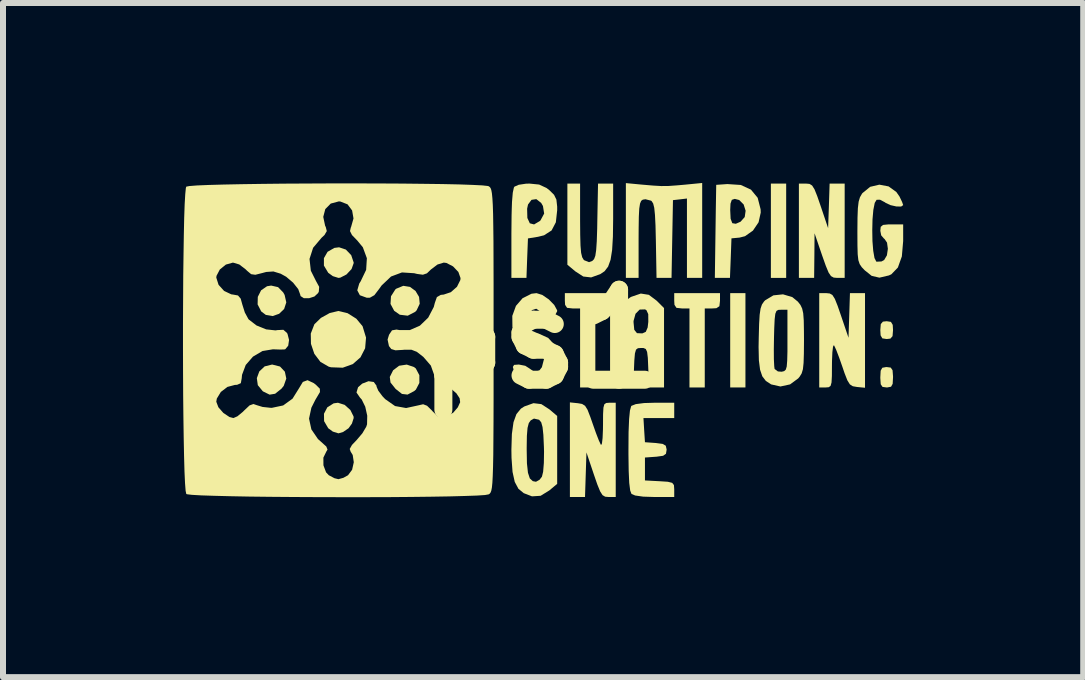
<source format=kicad_pcb>
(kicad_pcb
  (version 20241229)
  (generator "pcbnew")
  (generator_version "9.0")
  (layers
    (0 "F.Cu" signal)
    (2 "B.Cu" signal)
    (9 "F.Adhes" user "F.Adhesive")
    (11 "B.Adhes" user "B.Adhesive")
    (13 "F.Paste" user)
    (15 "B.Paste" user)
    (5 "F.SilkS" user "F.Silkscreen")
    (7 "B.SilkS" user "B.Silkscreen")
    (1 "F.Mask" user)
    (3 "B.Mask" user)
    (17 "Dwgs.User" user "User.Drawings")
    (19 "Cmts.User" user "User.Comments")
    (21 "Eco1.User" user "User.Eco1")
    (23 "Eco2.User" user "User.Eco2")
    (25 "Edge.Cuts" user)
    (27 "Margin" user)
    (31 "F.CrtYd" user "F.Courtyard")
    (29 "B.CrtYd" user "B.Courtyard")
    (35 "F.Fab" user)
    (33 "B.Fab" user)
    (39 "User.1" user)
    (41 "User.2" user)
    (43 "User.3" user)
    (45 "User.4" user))
  (footprint "ps1"
    (layer "F.Cu")
    (at 5.983 2.601)
    (property "Reference" "ps1" (at 0 0 0) (layer "F.SilkS") (effects (font (size 1.5 1.5) (thickness 0.3))))
    (attr board_only exclude_from_pos_files exclude_from_bom)
    (fp_poly (pts (xy 3.392 0.021) (xy 3.392 0.807) (xy 3.265 0.807) (xy 3.138 0.807) (xy 3.138 0.021) (xy 3.138 -0.765) (xy 3.265 -0.765) (xy 3.392 -0.765)) (stroke (width 0) (type solid)) (fill yes) (layer "F.SilkS"))
    (fp_poly (pts (xy 4.071 -1.805) (xy 4.071 -1.019) (xy 3.944 -1.019) (xy 3.816 -1.019) (xy 3.816 -1.805) (xy 3.816 -2.591) (xy 3.944 -2.591) (xy 4.071 -2.591)) (stroke (width 0) (type solid)) (fill yes) (layer "F.SilkS"))
    (fp_poly (pts (xy 5.817 -0.286) (xy 5.847 -0.236) (xy 5.852 -0.149) (xy 5.844 -0.048) (xy 5.808 -0.007) (xy 5.746 0) (xy 5.674 -0.011) (xy 5.645 -0.061) (xy 5.64 -0.149) (xy 5.648 -0.249) (xy 5.683 -0.29) (xy 5.746 -0.297)) (stroke (width 0) (type solid)) (fill yes) (layer "F.SilkS"))
    (fp_poly (pts (xy -4.398 -0.865) (xy -4.312 -0.776) (xy -4.289 -0.735) (xy -4.261 -0.611) (xy -4.297 -0.501) (xy -4.38 -0.421) (xy -4.488 -0.383) (xy -4.602 -0.402) (xy -4.679 -0.46) (xy -4.739 -0.577) (xy -4.736 -0.703) (xy -4.681 -0.812) (xy -4.582 -0.88) (xy -4.513 -0.891)) (stroke (width 0) (type solid)) (fill yes) (layer "F.SilkS"))
    (fp_poly (pts (xy -4.366 0.458) (xy -4.285 0.544) (xy -4.261 0.659) (xy -4.304 0.781) (xy -4.342 0.828) (xy -4.447 0.912) (xy -4.539 0.927) (xy -4.647 0.874) (xy -4.655 0.868) (xy -4.736 0.769) (xy -4.752 0.652) (xy -4.711 0.54) (xy -4.622 0.456) (xy -4.497 0.425)) (stroke (width 0) (type solid)) (fill yes) (layer "F.SilkS"))
    (fp_poly (pts (xy -2.199 -0.869) (xy -2.107 -0.801) (xy -2.048 -0.702) (xy -2.037 -0.588) (xy -2.089 -0.478) (xy -2.113 -0.453) (xy -2.237 -0.389) (xy -2.369 -0.405) (xy -2.463 -0.471) (xy -2.524 -0.585) (xy -2.516 -0.713) (xy -2.444 -0.826) (xy -2.428 -0.839) (xy -2.311 -0.887)) (stroke (width 0) (type solid)) (fill yes) (layer "F.SilkS"))
    (fp_poly (pts (xy -3.289 1.097) (xy -3.193 1.183) (xy -3.14 1.29) (xy -3.138 1.317) (xy -3.167 1.409) (xy -3.223 1.487) (xy -3.315 1.55) (xy -3.392 1.572) (xy -3.485 1.543) (xy -3.562 1.487) (xy -3.631 1.369) (xy -3.633 1.245) (xy -3.577 1.138) (xy -3.472 1.072) (xy -3.4 1.062)) (stroke (width 0) (type solid)) (fill yes) (layer "F.SilkS"))
    (fp_poly (pts (xy -3.268 -1.491) (xy -3.179 -1.398) (xy -3.138 -1.276) (xy -3.138 -1.265) (xy -3.173 -1.167) (xy -3.258 -1.076) (xy -3.361 -1.023) (xy -3.392 -1.019) (xy -3.485 -1.048) (xy -3.562 -1.104) (xy -3.634 -1.224) (xy -3.634 -1.348) (xy -3.573 -1.454) (xy -3.46 -1.519) (xy -3.381 -1.529)) (stroke (width 0) (type solid)) (fill yes) (layer "F.SilkS"))
    (fp_poly (pts (xy -2.132 0.467) (xy -2.102 0.491) (xy -2.043 0.603) (xy -2.043 0.732) (xy -2.101 0.843) (xy -2.13 0.868) (xy -2.24 0.926) (xy -2.333 0.915) (xy -2.437 0.833) (xy -2.44 0.83) (xy -2.524 0.725) (xy -2.536 0.632) (xy -2.481 0.522) (xy -2.478 0.519) (xy -2.38 0.445) (xy -2.253 0.426)) (stroke (width 0) (type solid)) (fill yes) (layer "F.SilkS"))
    (fp_poly (pts (xy 5.814 0.476) (xy 5.844 0.52) (xy 5.852 0.622) (xy 5.852 0.637) (xy 5.846 0.747) (xy 5.819 0.795) (xy 5.755 0.807) (xy 5.746 0.807) (xy 5.677 0.798) (xy 5.647 0.754) (xy 5.64 0.652) (xy 5.64 0.637) (xy 5.646 0.528) (xy 5.673 0.479) (xy 5.737 0.467) (xy 5.746 0.467)) (stroke (width 0) (type solid)) (fill yes) (layer "F.SilkS"))
    (fp_poly (pts (xy 1.145 -0.637) (xy 1.134 -0.547) (xy 1.085 -0.514) (xy 1.018 -0.51) (xy 0.89 -0.51) (xy 0.89 0.149) (xy 0.89 0.807) (xy 0.763 0.807) (xy 0.636 0.807) (xy 0.636 0.149) (xy 0.636 -0.51) (xy 0.509 -0.51) (xy 0.419 -0.52) (xy 0.386 -0.57) (xy 0.382 -0.637) (xy 0.382 -0.765) (xy 0.763 -0.765) (xy 1.145 -0.765)) (stroke (width 0) (type solid)) (fill yes) (layer "F.SilkS"))
    (fp_poly (pts (xy 2.968 -0.637) (xy 2.958 -0.547) (xy 2.908 -0.514) (xy 2.841 -0.51) (xy 2.714 -0.51) (xy 2.714 0.149) (xy 2.714 0.807) (xy 2.587 0.807) (xy 2.459 0.807) (xy 2.459 0.149) (xy 2.459 -0.51) (xy 2.332 -0.51) (xy 2.242 -0.52) (xy 2.209 -0.57) (xy 2.205 -0.637) (xy 2.205 -0.765) (xy 2.587 -0.765) (xy 2.968 -0.765)) (stroke (width 0) (type solid)) (fill yes) (layer "F.SilkS"))
    (fp_poly (pts (xy -3.24 -0.431) (xy -3.094 -0.339) (xy -2.99 -0.214) (xy -2.99 -0.214) (xy -2.932 -0.024) (xy -2.947 0.154) (xy -3.025 0.306) (xy -3.153 0.418) (xy -3.32 0.478) (xy -3.515 0.471) (xy -3.553 0.461) (xy -3.692 0.381) (xy -3.794 0.246) (xy -3.85 0.08) (xy -3.853 -0.091) (xy -3.794 -0.244) (xy -3.793 -0.246) (xy -3.684 -0.352) (xy -3.538 -0.433) (xy -3.398 -0.467) (xy -3.392 -0.467)) (stroke (width 0) (type solid)) (fill yes) (layer "F.SilkS"))
    (fp_poly (pts (xy 4.459 -2.586) (xy 4.503 -2.559) (xy 4.543 -2.496) (xy 4.589 -2.381) (xy 4.645 -2.219) (xy 4.77 -1.848) (xy 4.783 -2.219) (xy 4.795 -2.591) (xy 4.921 -2.591) (xy 5.046 -2.591) (xy 5.046 -1.805) (xy 5.046 -1.019) (xy 4.922 -1.019) (xy 4.863 -1.024) (xy 4.818 -1.049) (xy 4.778 -1.108) (xy 4.732 -1.219) (xy 4.671 -1.391) (xy 4.544 -1.763) (xy 4.541 -1.391) (xy 4.537 -1.019) (xy 4.41 -1.019) (xy 4.283 -1.019) (xy 4.283 -1.805) (xy 4.283 -2.591) (xy 4.401 -2.591)) (stroke (width 0) (type solid)) (fill yes) (layer "F.SilkS"))
    (fp_poly (pts (xy 3.314 -2.568) (xy 3.484 -2.49) (xy 3.596 -2.354) (xy 3.645 -2.162) (xy 3.647 -2.108) (xy 3.611 -1.946) (xy 3.517 -1.807) (xy 3.385 -1.714) (xy 3.295 -1.691) (xy 3.159 -1.678) (xy 3.147 -1.349) (xy 3.134 -1.019) (xy 3.008 -1.019) (xy 2.882 -1.019) (xy 2.893 -1.795) (xy 2.898 -2.152) (xy 3.138 -2.152) (xy 3.145 -2.005) (xy 3.173 -1.931) (xy 3.231 -1.921) (xy 3.31 -1.955) (xy 3.38 -2.033) (xy 3.395 -2.138) (xy 3.362 -2.243) (xy 3.288 -2.317) (xy 3.214 -2.336) (xy 3.165 -2.32) (xy 3.143 -2.257) (xy 3.138 -2.152) (xy 2.898 -2.152) (xy 2.905 -2.57) (xy 3.091 -2.583)) (stroke (width 0) (type solid)) (fill yes) (layer "F.SilkS"))
    (fp_poly (pts (xy 0.636 -1.98) (xy 0.638 -1.732) (xy 0.643 -1.555) (xy 0.653 -1.437) (xy 0.671 -1.363) (xy 0.696 -1.321) (xy 0.703 -1.314) (xy 0.785 -1.281) (xy 0.841 -1.303) (xy 0.869 -1.332) (xy 0.89 -1.388) (xy 0.904 -1.483) (xy 0.914 -1.63) (xy 0.921 -1.843) (xy 0.923 -1.969) (xy 0.935 -2.591) (xy 1.061 -2.591) (xy 1.187 -2.591) (xy 1.187 -2.003) (xy 1.183 -1.707) (xy 1.17 -1.484) (xy 1.144 -1.321) (xy 1.103 -1.207) (xy 1.044 -1.13) (xy 0.973 -1.082) (xy 0.82 -1.027) (xy 0.689 -1.042) (xy 0.555 -1.129) (xy 0.424 -1.239) (xy 0.424 -1.915) (xy 0.424 -2.591) (xy 0.53 -2.591) (xy 0.636 -2.591)) (stroke (width 0) (type solid)) (fill yes) (layer "F.SilkS"))
    (fp_poly (pts (xy 0.601 1.07) (xy 0.669 1.082) (xy 0.719 1.113) (xy 0.76 1.179) (xy 0.807 1.3) (xy 0.845 1.409) (xy 0.9 1.565) (xy 0.948 1.689) (xy 0.981 1.76) (xy 0.986 1.767) (xy 1 1.742) (xy 1.011 1.65) (xy 1.017 1.507) (xy 1.018 1.43) (xy 1.019 1.253) (xy 1.025 1.144) (xy 1.04 1.088) (xy 1.071 1.066) (xy 1.121 1.062) (xy 1.124 1.062) (xy 1.23 1.062) (xy 1.23 1.848) (xy 1.23 2.633) (xy 1.111 2.633) (xy 1.054 2.628) (xy 1.01 2.602) (xy 0.97 2.539) (xy 0.923 2.424) (xy 0.867 2.262) (xy 0.742 1.89) (xy 0.73 2.262) (xy 0.718 2.633) (xy 0.592 2.633) (xy 0.466 2.633) (xy 0.466 1.845) (xy 0.466 1.056)) (stroke (width 0) (type solid)) (fill yes) (layer "F.SilkS"))
    (fp_poly (pts (xy 4.798 -0.759) (xy 4.842 -0.733) (xy 4.882 -0.67) (xy 4.928 -0.555) (xy 4.984 -0.393) (xy 5.11 -0.021) (xy 5.122 -0.393) (xy 5.134 -0.765) (xy 5.26 -0.765) (xy 5.385 -0.765) (xy 5.385 0.024) (xy 5.385 0.812) (xy 5.251 0.799) (xy 5.182 0.787) (xy 5.133 0.756) (xy 5.091 0.689) (xy 5.044 0.569) (xy 5.007 0.46) (xy 4.952 0.304) (xy 4.904 0.179) (xy 4.871 0.109) (xy 4.866 0.102) (xy 4.852 0.127) (xy 4.841 0.219) (xy 4.835 0.362) (xy 4.834 0.439) (xy 4.833 0.616) (xy 4.827 0.724) (xy 4.811 0.781) (xy 4.781 0.803) (xy 4.731 0.807) (xy 4.728 0.807) (xy 4.622 0.807) (xy 4.622 0.021) (xy 4.622 -0.765) (xy 4.741 -0.765)) (stroke (width 0) (type solid)) (fill yes) (layer "F.SilkS"))
    (fp_poly (pts (xy 2.671 -1.81) (xy 2.671 -1.019) (xy 2.544 -1.019) (xy 2.417 -1.019) (xy 2.417 -1.681) (xy 2.417 -2.342) (xy 2.3 -2.328) (xy 2.184 -2.315) (xy 2.172 -1.667) (xy 2.16 -1.019) (xy 2.035 -1.019) (xy 1.91 -1.019) (xy 1.899 -1.641) (xy 1.893 -1.891) (xy 1.884 -2.069) (xy 1.872 -2.187) (xy 1.854 -2.259) (xy 1.829 -2.298) (xy 1.819 -2.306) (xy 1.726 -2.33) (xy 1.681 -2.323) (xy 1.654 -2.303) (xy 1.635 -2.257) (xy 1.622 -2.174) (xy 1.615 -2.04) (xy 1.612 -1.843) (xy 1.611 -1.658) (xy 1.611 -1.019) (xy 1.505 -1.019) (xy 1.399 -1.019) (xy 1.399 -1.809) (xy 1.399 -2.599) (xy 1.664 -2.574) (xy 1.851 -2.558) (xy 1.987 -2.55) (xy 2.108 -2.551) (xy 2.247 -2.561) (xy 2.385 -2.573) (xy 2.671 -2.601)) (stroke (width 0) (type solid)) (fill yes) (layer "F.SilkS"))
    (fp_poly (pts (xy -0.047 -2.575) (xy 0.076 -2.518) (xy 0.124 -2.481) (xy 0.202 -2.404) (xy 0.241 -2.324) (xy 0.254 -2.207) (xy 0.254 -2.146) (xy 0.232 -1.946) (xy 0.161 -1.81) (xy 0.035 -1.729) (xy -0.066 -1.704) (xy -0.233 -1.677) (xy -0.246 -1.348) (xy -0.258 -1.019) (xy -0.383 -1.019) (xy -0.509 -1.019) (xy -0.509 -1.754) (xy -0.506 -2.06) (xy -0.503 -2.172) (xy -0.247 -2.172) (xy -0.243 -2.018) (xy -0.202 -1.929) (xy -0.131 -1.91) (xy -0.035 -1.967) (xy -0.024 -1.978) (xy 0.037 -2.091) (xy 0.017 -2.217) (xy -0.013 -2.269) (xy -0.094 -2.332) (xy -0.174 -2.32) (xy -0.232 -2.242) (xy -0.247 -2.172) (xy -0.503 -2.172) (xy -0.499 -2.286) (xy -0.486 -2.439) (xy -0.468 -2.523) (xy -0.458 -2.54) (xy -0.387 -2.571) (xy -0.268 -2.589) (xy -0.207 -2.591)) (stroke (width 0) (type solid)) (fill yes) (layer "F.SilkS"))
    (fp_poly (pts (xy 2.205 1.189) (xy 2.205 1.317) (xy 1.948 1.317) (xy 1.692 1.317) (xy 1.704 1.518) (xy 1.717 1.72) (xy 1.898 1.733) (xy 2.012 1.748) (xy 2.064 1.778) (xy 2.078 1.839) (xy 2.078 1.848) (xy 2.067 1.913) (xy 2.02 1.946) (xy 1.912 1.961) (xy 1.898 1.962) (xy 1.717 1.975) (xy 1.717 2.166) (xy 1.717 2.357) (xy 1.961 2.37) (xy 2.098 2.379) (xy 2.171 2.397) (xy 2.2 2.434) (xy 2.205 2.502) (xy 2.205 2.508) (xy 2.205 2.633) (xy 1.874 2.633) (xy 1.688 2.627) (xy 1.554 2.608) (xy 1.493 2.582) (xy 1.471 2.525) (xy 1.455 2.398) (xy 1.446 2.198) (xy 1.442 1.919) (xy 1.442 1.848) (xy 1.444 1.551) (xy 1.453 1.334) (xy 1.467 1.192) (xy 1.487 1.12) (xy 1.493 1.113) (xy 1.564 1.085) (xy 1.703 1.067) (xy 1.874 1.062) (xy 2.205 1.062)) (stroke (width 0) (type solid)) (fill yes) (layer "F.SilkS"))
    (fp_poly (pts (xy -0.01 1.085) (xy 0.124 1.172) (xy 0.254 1.282) (xy 0.254 1.848) (xy 0.254 2.414) (xy 0.124 2.523) (xy -0.022 2.613) (xy -0.166 2.622) (xy -0.303 2.569) (xy -0.392 2.496) (xy -0.453 2.382) (xy -0.49 2.215) (xy -0.507 1.981) (xy -0.509 1.848) (xy -0.509 1.844) (xy -0.254 1.844) (xy -0.25 2.073) (xy -0.233 2.229) (xy -0.202 2.323) (xy -0.152 2.369) (xy -0.099 2.379) (xy -0.039 2.345) (xy 0.000043 2.294) (xy 0.02 2.212) (xy 0.032 2.066) (xy 0.035 1.879) (xy 0.033 1.799) (xy 0.024 1.598) (xy 0.01 1.467) (xy -0.012 1.388) (xy -0.046 1.347) (xy -0.049 1.345) (xy -0.133 1.326) (xy -0.187 1.356) (xy -0.219 1.401) (xy -0.24 1.481) (xy -0.251 1.613) (xy -0.254 1.812) (xy -0.254 1.844) (xy -0.509 1.844) (xy -0.501 1.582) (xy -0.474 1.387) (xy -0.425 1.251) (xy -0.35 1.16) (xy -0.294 1.124) (xy -0.141 1.069)) (stroke (width 0) (type solid)) (fill yes) (layer "F.SilkS"))
    (fp_poly (pts (xy 1.782 -0.737) (xy 1.911 -0.64) (xy 2.035 -0.516) (xy 2.035 0.145) (xy 2.035 0.807) (xy 1.91 0.807) (xy 1.785 0.807) (xy 1.772 0.478) (xy 1.765 0.313) (xy 1.753 0.215) (xy 1.731 0.166) (xy 1.693 0.15) (xy 1.654 0.149) (xy 1.6 0.153) (xy 1.568 0.177) (xy 1.55 0.24) (xy 1.54 0.357) (xy 1.535 0.478) (xy 1.523 0.807) (xy 1.398 0.807) (xy 1.272 0.807) (xy 1.272 0.193) (xy 1.275 -0.092) (xy 1.285 -0.278) (xy 1.527 -0.278) (xy 1.539 -0.154) (xy 1.584 -0.098) (xy 1.673 -0.094) (xy 1.673 -0.094) (xy 1.731 -0.12) (xy 1.762 -0.192) (xy 1.773 -0.287) (xy 1.772 -0.415) (xy 1.742 -0.48) (xy 1.719 -0.494) (xy 1.629 -0.491) (xy 1.56 -0.421) (xy 1.527 -0.301) (xy 1.527 -0.278) (xy 1.285 -0.278) (xy 1.286 -0.305) (xy 1.308 -0.458) (xy 1.345 -0.566) (xy 1.398 -0.641) (xy 1.473 -0.695) (xy 1.49 -0.704) (xy 1.648 -0.758)) (stroke (width 0) (type solid)) (fill yes) (layer "F.SilkS"))
    (fp_poly (pts (xy 0.006 -0.735) (xy 0.114 -0.661) (xy 0.205 -0.568) (xy 0.253 -0.48) (xy 0.254 -0.463) (xy 0.222 -0.403) (xy 0.144 -0.381) (xy 0.051 -0.399) (xy -0.025 -0.457) (xy -0.095 -0.505) (xy -0.164 -0.483) (xy -0.216 -0.403) (xy -0.233 -0.293) (xy -0.225 -0.198) (xy -0.183 -0.144) (xy -0.086 -0.102) (xy -0.064 -0.095) (xy 0.104 -0.019) (xy 0.204 0.09) (xy 0.249 0.249) (xy 0.254 0.362) (xy 0.248 0.502) (xy 0.221 0.592) (xy 0.159 0.666) (xy 0.124 0.697) (xy -0.022 0.786) (xy -0.166 0.796) (xy -0.303 0.743) (xy -0.399 0.658) (xy -0.46 0.553) (xy -0.485 0.465) (xy -0.464 0.431) (xy -0.385 0.425) (xy -0.278 0.446) (xy -0.212 0.488) (xy -0.126 0.547) (xy -0.043 0.524) (xy -0.001 0.47) (xy 0.034 0.335) (xy 0.001 0.219) (xy -0.092 0.145) (xy -0.186 0.127) (xy -0.299 0.089) (xy -0.403 -0.009) (xy -0.476 -0.145) (xy -0.492 -0.2) (xy -0.494 -0.386) (xy -0.433 -0.553) (xy -0.322 -0.681) (xy -0.174 -0.755) (xy -0.09 -0.765)) (stroke (width 0) (type solid)) (fill yes) (layer "F.SilkS"))
    (fp_poly (pts (xy 4.173 -0.699) (xy 4.266 -0.623) (xy 4.309 -0.568) (xy 4.337 -0.509) (xy 4.355 -0.429) (xy 4.364 -0.31) (xy 4.367 -0.135) (xy 4.368 0.021) (xy 4.366 0.244) (xy 4.361 0.399) (xy 4.35 0.503) (xy 4.329 0.573) (xy 4.296 0.627) (xy 4.272 0.656) (xy 4.136 0.756) (xy 3.975 0.791) (xy 3.82 0.756) (xy 3.817 0.754) (xy 3.732 0.698) (xy 3.673 0.621) (xy 3.636 0.512) (xy 3.616 0.354) (xy 3.612 0.171) (xy 3.865 0.171) (xy 3.866 0.337) (xy 3.872 0.454) (xy 3.878 0.499) (xy 3.933 0.54) (xy 3.996 0.545) (xy 4.037 0.535) (xy 4.064 0.511) (xy 4.08 0.459) (xy 4.088 0.362) (xy 4.092 0.207) (xy 4.092 0.021) (xy 4.092 -0.488) (xy 3.986 -0.488) (xy 3.94 -0.486) (xy 3.909 -0.468) (xy 3.89 -0.421) (xy 3.879 -0.329) (xy 3.872 -0.178) (xy 3.868 -0.024) (xy 3.865 0.171) (xy 3.612 0.171) (xy 3.611 0.135) (xy 3.614 -0.031) (xy 3.62 -0.252) (xy 3.629 -0.405) (xy 3.644 -0.507) (xy 3.667 -0.575) (xy 3.701 -0.625) (xy 3.721 -0.646) (xy 3.858 -0.728) (xy 4.018 -0.745)) (stroke (width 0) (type solid)) (fill yes) (layer "F.SilkS"))
    (fp_poly (pts (xy 5.778 -2.544) (xy 5.907 -2.451) (xy 5.96 -2.375) (xy 6.003 -2.285) (xy 6.021 -2.233) (xy 6.021 -2.232) (xy 5.987 -2.208) (xy 5.906 -2.21) (xy 5.809 -2.232) (xy 5.729 -2.269) (xy 5.719 -2.278) (xy 5.635 -2.322) (xy 5.578 -2.321) (xy 5.547 -2.269) (xy 5.524 -2.153) (xy 5.51 -1.994) (xy 5.506 -1.814) (xy 5.509 -1.632) (xy 5.522 -1.471) (xy 5.543 -1.35) (xy 5.573 -1.291) (xy 5.577 -1.289) (xy 5.66 -1.293) (xy 5.704 -1.317) (xy 5.75 -1.395) (xy 5.766 -1.504) (xy 5.752 -1.607) (xy 5.709 -1.67) (xy 5.703 -1.672) (xy 5.655 -1.728) (xy 5.64 -1.804) (xy 5.647 -1.87) (xy 5.686 -1.902) (xy 5.777 -1.911) (xy 5.831 -1.911) (xy 6.021 -1.911) (xy 6.021 -1.633) (xy 5.999 -1.377) (xy 5.933 -1.192) (xy 5.824 -1.079) (xy 5.783 -1.06) (xy 5.625 -1.023) (xy 5.496 -1.053) (xy 5.382 -1.144) (xy 5.331 -1.197) (xy 5.296 -1.249) (xy 5.274 -1.315) (xy 5.263 -1.412) (xy 5.259 -1.559) (xy 5.258 -1.772) (xy 5.258 -1.796) (xy 5.26 -2.023) (xy 5.266 -2.182) (xy 5.279 -2.29) (xy 5.301 -2.364) (xy 5.334 -2.421) (xy 5.342 -2.432) (xy 5.471 -2.537) (xy 5.624 -2.573)) (stroke (width 0) (type solid)) (fill yes) (layer "F.SilkS"))
    (fp_poly (pts (xy -2.71 -2.593) (xy -2.331 -2.591) (xy -1.976 -2.587) (xy -1.656 -2.583) (xy -1.379 -2.577) (xy -1.155 -2.569) (xy -0.993 -2.561) (xy -0.902 -2.551) (xy -0.888 -2.547) (xy -0.871 -2.535) (xy -0.856 -2.516) (xy -0.844 -2.483) (xy -0.834 -2.43) (xy -0.826 -2.349) (xy -0.819 -2.235) (xy -0.814 -2.081) (xy -0.811 -1.881) (xy -0.808 -1.628) (xy -0.807 -1.315) (xy -0.806 -0.937) (xy -0.806 -0.487) (xy -0.806 0.021) (xy -0.806 0.547) (xy -0.806 0.995) (xy -0.807 1.371) (xy -0.809 1.681) (xy -0.811 1.932) (xy -0.815 2.13) (xy -0.82 2.283) (xy -0.826 2.395) (xy -0.834 2.475) (xy -0.844 2.527) (xy -0.857 2.56) (xy -0.871 2.578) (xy -0.888 2.589) (xy -0.948 2.6) (xy -1.084 2.609) (xy -1.285 2.616) (xy -1.542 2.623) (xy -1.846 2.628) (xy -2.188 2.632) (xy -2.559 2.635) (xy -2.949 2.636) (xy -3.35 2.636) (xy -3.753 2.635) (xy -4.147 2.633) (xy -4.524 2.63) (xy -4.876 2.626) (xy -5.191 2.62) (xy -5.463 2.613) (xy -5.68 2.606) (xy -5.835 2.597) (xy -5.917 2.587) (xy -5.928 2.582) (xy -5.939 2.53) (xy -5.949 2.401) (xy -5.958 2.206) (xy -5.965 1.953) (xy -5.971 1.652) (xy -5.976 1.311) (xy -5.98 0.94) (xy -5.982 0.549) (xy -5.983 0.145) (xy -5.983 -0.262) (xy -5.981 -0.662) (xy -5.979 -1.024) (xy -5.428 -1.024) (xy -5.39 -0.904) (xy -5.298 -0.802) (xy -5.178 -0.745) (xy -5.148 -0.741) (xy -5.066 -0.726) (xy -5.021 -0.673) (xy -4.993 -0.572) (xy -4.952 -0.442) (xy -4.895 -0.337) (xy -4.886 -0.325) (xy -4.757 -0.226) (xy -4.596 -0.161) (xy -4.441 -0.144) (xy -4.409 -0.149) (xy -4.31 -0.154) (xy -4.251 -0.103) (xy -4.241 -0.086) (xy -4.215 0.015) (xy -4.229 0.111) (xy -4.277 0.169) (xy -4.296 0.174) (xy -4.372 0.175) (xy -4.483 0.171) (xy -4.483 0.171) (xy -4.658 0.2) (xy -4.816 0.293) (xy -4.937 0.432) (xy -4.999 0.597) (xy -5.004 0.654) (xy -5.019 0.736) (xy -5.081 0.763) (xy -5.118 0.765) (xy -5.242 0.798) (xy -5.352 0.882) (xy -5.419 0.992) (xy -5.428 1.045) (xy -5.393 1.137) (xy -5.31 1.232) (xy -5.208 1.3) (xy -5.142 1.317) (xy -5.076 1.288) (xy -4.987 1.215) (xy -4.959 1.187) (xy -4.873 1.106) (xy -4.809 1.083) (xy -4.754 1.102) (xy -4.656 1.132) (xy -4.526 1.146) (xy -4.503 1.147) (xy -4.313 1.107) (xy -4.157 0.994) (xy -4.051 0.824) (xy -3.985 0.715) (xy -3.907 0.686) (xy -3.803 0.735) (xy -3.768 0.762) (xy -3.702 0.828) (xy -3.7 0.884) (xy -3.722 0.921) (xy -3.776 1.012) (xy -3.836 1.131) (xy -3.843 1.145) (xy -3.882 1.326) (xy -3.843 1.506) (xy -3.733 1.667) (xy -3.678 1.716) (xy -3.594 1.792) (xy -3.574 1.843) (xy -3.594 1.876) (xy -3.643 1.977) (xy -3.642 2.105) (xy -3.598 2.222) (xy -3.553 2.27) (xy -3.458 2.32) (xy -3.392 2.336) (xy -3.309 2.313) (xy -3.232 2.27) (xy -3.164 2.179) (xy -3.136 2.053) (xy -3.154 1.933) (xy -3.188 1.878) (xy -3.204 1.832) (xy -3.166 1.765) (xy -3.087 1.682) (xy -2.993 1.571) (xy -2.928 1.461) (xy -2.915 1.421) (xy -2.912 1.278) (xy -2.945 1.128) (xy -3.004 1.008) (xy -3.033 0.976) (xy -3.091 0.891) (xy -3.065 0.804) (xy -2.995 0.743) (xy -2.891 0.703) (xy -2.803 0.716) (xy -2.758 0.777) (xy -2.756 0.795) (xy -2.728 0.86) (xy -2.657 0.955) (xy -2.612 1.002) (xy -2.448 1.117) (xy -2.264 1.15) (xy -2.058 1.105) (xy -1.98 1.087) (xy -1.915 1.112) (xy -1.832 1.193) (xy -1.827 1.2) (xy -1.742 1.284) (xy -1.677 1.313) (xy -1.598 1.298) (xy -1.585 1.294) (xy -1.476 1.225) (xy -1.402 1.138) (xy -1.363 1.053) (xy -1.372 0.987) (xy -1.426 0.905) (xy -1.546 0.801) (xy -1.642 0.773) (xy -1.729 0.753) (xy -1.773 0.701) (xy -1.797 0.597) (xy -1.852 0.442) (xy -1.974 0.301) (xy -1.978 0.297) (xy -2.086 0.213) (xy -2.176 0.178) (xy -2.291 0.178) (xy -2.319 0.181) (xy -2.442 0.188) (xy -2.511 0.167) (xy -2.55 0.117) (xy -2.573 0.009) (xy -2.548 -0.072) (xy -2.499 -0.145) (xy -2.424 -0.158) (xy -2.378 -0.15) (xy -2.2 -0.15) (xy -2.034 -0.223) (xy -1.896 -0.356) (xy -1.803 -0.534) (xy -1.785 -0.603) (xy -1.751 -0.699) (xy -1.686 -0.736) (xy -1.637 -0.741) (xy -1.518 -0.781) (xy -1.416 -0.871) (xy -1.36 -0.984) (xy -1.357 -1.016) (xy -1.393 -1.118) (xy -1.482 -1.211) (xy -1.592 -1.268) (xy -1.636 -1.274) (xy -1.741 -1.242) (xy -1.845 -1.163) (xy -1.846 -1.163) (xy -1.917 -1.095) (xy -1.984 -1.072) (xy -2.081 -1.085) (xy -2.13 -1.097) (xy -2.333 -1.11) (xy -2.515 -1.042) (xy -2.672 -0.893) (xy -2.712 -0.837) (xy -2.793 -0.731) (xy -2.867 -0.689) (xy -2.919 -0.688) (xy -3.035 -0.73) (xy -3.078 -0.812) (xy -3.045 -0.925) (xy -3.022 -0.961) (xy -2.93 -1.153) (xy -2.918 -1.347) (xy -2.985 -1.529) (xy -3.076 -1.64) (xy -3.166 -1.733) (xy -3.199 -1.799) (xy -3.186 -1.859) (xy -3.182 -1.865) (xy -3.141 -2.01) (xy -3.164 -2.143) (xy -3.24 -2.245) (xy -3.36 -2.292) (xy -3.385 -2.294) (xy -3.52 -2.258) (xy -3.611 -2.166) (xy -3.645 -2.036) (xy -3.614 -1.889) (xy -3.603 -1.867) (xy -3.586 -1.799) (xy -3.625 -1.733) (xy -3.672 -1.689) (xy -3.814 -1.521) (xy -3.874 -1.335) (xy -3.852 -1.139) (xy -3.766 -0.967) (xy -3.713 -0.87) (xy -3.719 -0.79) (xy -3.731 -0.766) (xy -3.792 -0.709) (xy -3.882 -0.68) (xy -3.969 -0.681) (xy -4.023 -0.716) (xy -4.028 -0.738) (xy -4.062 -0.832) (xy -4.148 -0.94) (xy -4.263 -1.038) (xy -4.355 -1.089) (xy -4.476 -1.126) (xy -4.595 -1.118) (xy -4.666 -1.099) (xy -4.777 -1.071) (xy -4.847 -1.081) (xy -4.915 -1.138) (xy -4.938 -1.161) (xy -5.045 -1.243) (xy -5.15 -1.274) (xy -5.268 -1.241) (xy -5.369 -1.159) (xy -5.424 -1.054) (xy -5.428 -1.024) (xy -5.979 -1.024) (xy -5.979 -1.046) (xy -5.974 -1.406) (xy -5.969 -1.733) (xy -5.963 -2.016) (xy -5.955 -2.247) (xy -5.945 -2.417) (xy -5.935 -2.517) (xy -5.928 -2.54) (xy -5.876 -2.55) (xy -5.749 -2.56) (xy -5.555 -2.568) (xy -5.304 -2.575) (xy -5.004 -2.581) (xy -4.666 -2.586) (xy -4.298 -2.59) (xy -3.909 -2.592) (xy -3.509 -2.594) (xy -3.106 -2.594)) (stroke (width 0) (type solid)) (fill yes) (layer "F.SilkS")))
  (gr_rect
    (start -3 -3)
    (end 15.005 8.237)
    (stroke (width 0.1) (type default))
    (fill no)
    (layer "Edge.Cuts")))
</source>
